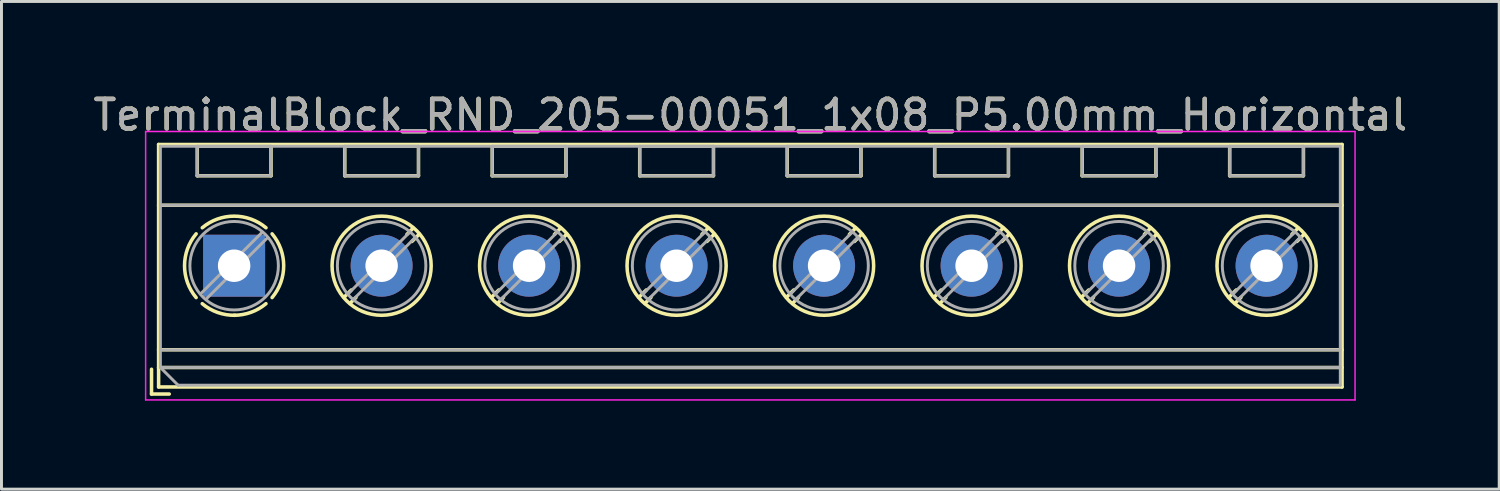
<source format=kicad_pcb>
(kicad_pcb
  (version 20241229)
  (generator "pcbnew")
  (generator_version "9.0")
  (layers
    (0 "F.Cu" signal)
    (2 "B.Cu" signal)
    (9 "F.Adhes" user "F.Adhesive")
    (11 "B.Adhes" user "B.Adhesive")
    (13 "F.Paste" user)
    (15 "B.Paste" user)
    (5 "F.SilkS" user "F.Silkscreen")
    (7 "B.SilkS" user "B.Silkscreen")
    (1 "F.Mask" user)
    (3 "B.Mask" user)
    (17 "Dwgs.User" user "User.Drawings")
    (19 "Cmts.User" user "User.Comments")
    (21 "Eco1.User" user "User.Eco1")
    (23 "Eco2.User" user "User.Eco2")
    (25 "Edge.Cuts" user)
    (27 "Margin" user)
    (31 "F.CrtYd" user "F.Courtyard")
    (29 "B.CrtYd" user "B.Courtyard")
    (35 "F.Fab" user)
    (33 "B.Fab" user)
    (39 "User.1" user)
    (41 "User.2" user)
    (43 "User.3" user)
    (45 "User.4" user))
  (footprint "TerminalBlock_RND_205-00051_1x08_P5.00mm_Horizontal"
    (layer "F.Cu")
    (at 4.887 5.958)
    (property "Reference" "TerminalBlock_RND_205-00051_1x08_P5.00mm_Horizontal" (at 17.5 -5.11 0) (layer "F.SilkS") (effects (font (size 1 1) (thickness 0.15))))
    (attr through_hole)
    (fp_line (start -2.8 3.51) (end -2.8 4.35) (stroke (width 0.12) (type solid)) (layer "F.SilkS"))
    (fp_line (start -2.8 4.35) (end -2.2 4.35) (stroke (width 0.12) (type solid)) (layer "F.SilkS"))
    (fp_line (start -2.56 -4.11) (end -2.56 4.11) (stroke (width 0.12) (type solid)) (layer "F.SilkS"))
    (fp_line (start -2.56 -4.11) (end 37.56 -4.11) (stroke (width 0.12) (type solid)) (layer "F.SilkS"))
    (fp_line (start -2.56 -2.05) (end 37.56 -2.05) (stroke (width 0.12) (type solid)) (layer "F.SilkS"))
    (fp_line (start -2.56 2.85) (end 37.56 2.85) (stroke (width 0.12) (type solid)) (layer "F.SilkS"))
    (fp_line (start -2.56 3.45) (end 37.56 3.45) (stroke (width 0.12) (type solid)) (layer "F.SilkS"))
    (fp_line (start -2.56 4.11) (end 37.56 4.11) (stroke (width 0.12) (type solid)) (layer "F.SilkS"))
    (fp_line (start -1.25 -4.05) (end -1.25 -3.05) (stroke (width 0.12) (type solid)) (layer "F.SilkS"))
    (fp_line (start -1.25 -4.05) (end 1.25 -4.05) (stroke (width 0.12) (type solid)) (layer "F.SilkS"))
    (fp_line (start -1.25 -3.05) (end 1.25 -3.05) (stroke (width 0.12) (type solid)) (layer "F.SilkS"))
    (fp_line (start 1.25 -4.05) (end 1.25 -3.05) (stroke (width 0.12) (type solid)) (layer "F.SilkS"))
    (fp_line (start 3.75 -4.05) (end 3.75 -3.05) (stroke (width 0.12) (type solid)) (layer "F.SilkS"))
    (fp_line (start 3.75 -4.05) (end 6.25 -4.05) (stroke (width 0.12) (type solid)) (layer "F.SilkS"))
    (fp_line (start 3.75 -3.05) (end 6.25 -3.05) (stroke (width 0.12) (type solid)) (layer "F.SilkS"))
    (fp_line (start 3.972 0.823) (end 3.726 1.069) (stroke (width 0.12) (type solid)) (layer "F.SilkS"))
    (fp_line (start 4.13 1.075) (end 3.931 1.274) (stroke (width 0.12) (type solid)) (layer "F.SilkS"))
    (fp_line (start 6.07 -1.275) (end 5.859 -1.064) (stroke (width 0.12) (type solid)) (layer "F.SilkS"))
    (fp_line (start 6.25 -4.05) (end 6.25 -3.05) (stroke (width 0.12) (type solid)) (layer "F.SilkS"))
    (fp_line (start 6.275 -1.069) (end 6.029 -0.823) (stroke (width 0.12) (type solid)) (layer "F.SilkS"))
    (fp_line (start 8.75 -4.05) (end 8.75 -3.05) (stroke (width 0.12) (type solid)) (layer "F.SilkS"))
    (fp_line (start 8.75 -4.05) (end 11.25 -4.05) (stroke (width 0.12) (type solid)) (layer "F.SilkS"))
    (fp_line (start 8.75 -3.05) (end 11.25 -3.05) (stroke (width 0.12) (type solid)) (layer "F.SilkS"))
    (fp_line (start 8.972 0.823) (end 8.726 1.069) (stroke (width 0.12) (type solid)) (layer "F.SilkS"))
    (fp_line (start 9.13 1.075) (end 8.931 1.274) (stroke (width 0.12) (type solid)) (layer "F.SilkS"))
    (fp_line (start 11.07 -1.275) (end 10.859 -1.064) (stroke (width 0.12) (type solid)) (layer "F.SilkS"))
    (fp_line (start 11.25 -4.05) (end 11.25 -3.05) (stroke (width 0.12) (type solid)) (layer "F.SilkS"))
    (fp_line (start 11.275 -1.069) (end 11.029 -0.823) (stroke (width 0.12) (type solid)) (layer "F.SilkS"))
    (fp_line (start 13.75 -4.05) (end 13.75 -3.05) (stroke (width 0.12) (type solid)) (layer "F.SilkS"))
    (fp_line (start 13.75 -4.05) (end 16.25 -4.05) (stroke (width 0.12) (type solid)) (layer "F.SilkS"))
    (fp_line (start 13.75 -3.05) (end 16.25 -3.05) (stroke (width 0.12) (type solid)) (layer "F.SilkS"))
    (fp_line (start 13.972 0.823) (end 13.726 1.069) (stroke (width 0.12) (type solid)) (layer "F.SilkS"))
    (fp_line (start 14.13 1.075) (end 13.931 1.274) (stroke (width 0.12) (type solid)) (layer "F.SilkS"))
    (fp_line (start 16.07 -1.275) (end 15.859 -1.064) (stroke (width 0.12) (type solid)) (layer "F.SilkS"))
    (fp_line (start 16.25 -4.05) (end 16.25 -3.05) (stroke (width 0.12) (type solid)) (layer "F.SilkS"))
    (fp_line (start 16.275 -1.069) (end 16.029 -0.823) (stroke (width 0.12) (type solid)) (layer "F.SilkS"))
    (fp_line (start 18.75 -4.05) (end 18.75 -3.05) (stroke (width 0.12) (type solid)) (layer "F.SilkS"))
    (fp_line (start 18.75 -4.05) (end 21.25 -4.05) (stroke (width 0.12) (type solid)) (layer "F.SilkS"))
    (fp_line (start 18.75 -3.05) (end 21.25 -3.05) (stroke (width 0.12) (type solid)) (layer "F.SilkS"))
    (fp_line (start 18.972 0.823) (end 18.726 1.069) (stroke (width 0.12) (type solid)) (layer "F.SilkS"))
    (fp_line (start 19.13 1.075) (end 18.931 1.274) (stroke (width 0.12) (type solid)) (layer "F.SilkS"))
    (fp_line (start 21.07 -1.275) (end 20.859 -1.064) (stroke (width 0.12) (type solid)) (layer "F.SilkS"))
    (fp_line (start 21.25 -4.05) (end 21.25 -3.05) (stroke (width 0.12) (type solid)) (layer "F.SilkS"))
    (fp_line (start 21.275 -1.069) (end 21.029 -0.823) (stroke (width 0.12) (type solid)) (layer "F.SilkS"))
    (fp_line (start 23.75 -4.05) (end 23.75 -3.05) (stroke (width 0.12) (type solid)) (layer "F.SilkS"))
    (fp_line (start 23.75 -4.05) (end 26.25 -4.05) (stroke (width 0.12) (type solid)) (layer "F.SilkS"))
    (fp_line (start 23.75 -3.05) (end 26.25 -3.05) (stroke (width 0.12) (type solid)) (layer "F.SilkS"))
    (fp_line (start 23.972 0.823) (end 23.726 1.069) (stroke (width 0.12) (type solid)) (layer "F.SilkS"))
    (fp_line (start 24.13 1.075) (end 23.931 1.274) (stroke (width 0.12) (type solid)) (layer "F.SilkS"))
    (fp_line (start 26.07 -1.275) (end 25.859 -1.064) (stroke (width 0.12) (type solid)) (layer "F.SilkS"))
    (fp_line (start 26.25 -4.05) (end 26.25 -3.05) (stroke (width 0.12) (type solid)) (layer "F.SilkS"))
    (fp_line (start 26.275 -1.069) (end 26.029 -0.823) (stroke (width 0.12) (type solid)) (layer "F.SilkS"))
    (fp_line (start 28.75 -4.05) (end 28.75 -3.05) (stroke (width 0.12) (type solid)) (layer "F.SilkS"))
    (fp_line (start 28.75 -4.05) (end 31.25 -4.05) (stroke (width 0.12) (type solid)) (layer "F.SilkS"))
    (fp_line (start 28.75 -3.05) (end 31.25 -3.05) (stroke (width 0.12) (type solid)) (layer "F.SilkS"))
    (fp_line (start 28.972 0.823) (end 28.726 1.069) (stroke (width 0.12) (type solid)) (layer "F.SilkS"))
    (fp_line (start 29.13 1.075) (end 28.931 1.274) (stroke (width 0.12) (type solid)) (layer "F.SilkS"))
    (fp_line (start 31.07 -1.275) (end 30.859 -1.064) (stroke (width 0.12) (type solid)) (layer "F.SilkS"))
    (fp_line (start 31.25 -4.05) (end 31.25 -3.05) (stroke (width 0.12) (type solid)) (layer "F.SilkS"))
    (fp_line (start 31.275 -1.069) (end 31.029 -0.823) (stroke (width 0.12) (type solid)) (layer "F.SilkS"))
    (fp_line (start 33.75 -4.05) (end 33.75 -3.05) (stroke (width 0.12) (type solid)) (layer "F.SilkS"))
    (fp_line (start 33.75 -4.05) (end 36.25 -4.05) (stroke (width 0.12) (type solid)) (layer "F.SilkS"))
    (fp_line (start 33.75 -3.05) (end 36.25 -3.05) (stroke (width 0.12) (type solid)) (layer "F.SilkS"))
    (fp_line (start 33.972 0.823) (end 33.726 1.069) (stroke (width 0.12) (type solid)) (layer "F.SilkS"))
    (fp_line (start 34.13 1.075) (end 33.931 1.274) (stroke (width 0.12) (type solid)) (layer "F.SilkS"))
    (fp_line (start 36.07 -1.275) (end 35.859 -1.064) (stroke (width 0.12) (type solid)) (layer "F.SilkS"))
    (fp_line (start 36.25 -4.05) (end 36.25 -3.05) (stroke (width 0.12) (type solid)) (layer "F.SilkS"))
    (fp_line (start 36.275 -1.069) (end 36.029 -0.823) (stroke (width 0.12) (type solid)) (layer "F.SilkS"))
    (fp_line (start 37.56 -4.11) (end 37.56 4.11) (stroke (width 0.12) (type solid)) (layer "F.SilkS"))
    (fp_arc (start -1.288062 1.079734) (mid -1.680752 -0.000826) (end -1.287 -1.081) (stroke (width 0.12) (type solid)) (layer "F.SilkS"))
    (fp_arc (start -1.079908 -1.287078) (mid 0.00006 -1.68011) (end 1.08 -1.287) (stroke (width 0.12) (type solid)) (layer "F.SilkS"))
    (fp_arc (start 0.028507 1.680511) (mid -0.561826 1.584071) (end -1.081 1.287) (stroke (width 0.12) (type solid)) (layer "F.SilkS"))
    (fp_arc (start 1.079883 1.286955) (mid 0.574594 1.578684) (end 0 1.68) (stroke (width 0.12) (type solid)) (layer "F.SilkS"))
    (fp_arc (start 1.287078 -1.079908) (mid 1.68011 0.00006) (end 1.287 1.08) (stroke (width 0.12) (type solid)) (layer "F.SilkS"))
    (fp_circle (center 5 0) (end 6.68 0) (stroke (width 0.12) (type solid)) (fill no) (layer "F.SilkS"))
    (fp_circle (center 10 0) (end 11.68 0) (stroke (width 0.12) (type solid)) (fill no) (layer "F.SilkS"))
    (fp_circle (center 15 0) (end 16.68 0) (stroke (width 0.12) (type solid)) (fill no) (layer "F.SilkS"))
    (fp_circle (center 20 0) (end 21.68 0) (stroke (width 0.12) (type solid)) (fill no) (layer "F.SilkS"))
    (fp_circle (center 25 0) (end 26.68 0) (stroke (width 0.12) (type solid)) (fill no) (layer "F.SilkS"))
    (fp_circle (center 30 0) (end 31.68 0) (stroke (width 0.12) (type solid)) (fill no) (layer "F.SilkS"))
    (fp_circle (center 35 0) (end 36.68 0) (stroke (width 0.12) (type solid)) (fill no) (layer "F.SilkS"))
    (fp_line (start -3 -4.55) (end -3 4.55) (stroke (width 0.05) (type solid)) (layer "F.CrtYd"))
    (fp_line (start -3 4.55) (end 38 4.55) (stroke (width 0.05) (type solid)) (layer "F.CrtYd"))
    (fp_line (start 38 -4.55) (end -3 -4.55) (stroke (width 0.05) (type solid)) (layer "F.CrtYd"))
    (fp_line (start 38 4.55) (end 38 -4.55) (stroke (width 0.05) (type solid)) (layer "F.CrtYd"))
    (fp_line (start -2.5 -4.05) (end 37.5 -4.05) (stroke (width 0.1) (type solid)) (layer "F.Fab"))
    (fp_line (start -2.5 -2.05) (end 37.5 -2.05) (stroke (width 0.1) (type solid)) (layer "F.Fab"))
    (fp_line (start -2.5 2.85) (end 37.5 2.85) (stroke (width 0.1) (type solid)) (layer "F.Fab"))
    (fp_line (start -2.5 3.45) (end -2.5 -4.05) (stroke (width 0.1) (type solid)) (layer "F.Fab"))
    (fp_line (start -2.5 3.45) (end 37.5 3.45) (stroke (width 0.1) (type solid)) (layer "F.Fab"))
    (fp_line (start -1.9 4.05) (end -2.5 3.45) (stroke (width 0.1) (type solid)) (layer "F.Fab"))
    (fp_line (start -1.25 -4.05) (end -1.25 -3.05) (stroke (width 0.1) (type solid)) (layer "F.Fab"))
    (fp_line (start -1.25 -3.05) (end 1.25 -3.05) (stroke (width 0.1) (type solid)) (layer "F.Fab"))
    (fp_line (start 0.955 -1.138) (end -1.138 0.955) (stroke (width 0.1) (type solid)) (layer "F.Fab"))
    (fp_line (start 1.138 -0.955) (end -0.955 1.138) (stroke (width 0.1) (type solid)) (layer "F.Fab"))
    (fp_line (start 1.25 -4.05) (end -1.25 -4.05) (stroke (width 0.1) (type solid)) (layer "F.Fab"))
    (fp_line (start 1.25 -3.05) (end 1.25 -4.05) (stroke (width 0.1) (type solid)) (layer "F.Fab"))
    (fp_line (start 3.75 -4.05) (end 3.75 -3.05) (stroke (width 0.1) (type solid)) (layer "F.Fab"))
    (fp_line (start 3.75 -3.05) (end 6.25 -3.05) (stroke (width 0.1) (type solid)) (layer "F.Fab"))
    (fp_line (start 5.955 -1.138) (end 3.863 0.955) (stroke (width 0.1) (type solid)) (layer "F.Fab"))
    (fp_line (start 6.138 -0.955) (end 4.046 1.138) (stroke (width 0.1) (type solid)) (layer "F.Fab"))
    (fp_line (start 6.25 -4.05) (end 3.75 -4.05) (stroke (width 0.1) (type solid)) (layer "F.Fab"))
    (fp_line (start 6.25 -3.05) (end 6.25 -4.05) (stroke (width 0.1) (type solid)) (layer "F.Fab"))
    (fp_line (start 8.75 -4.05) (end 8.75 -3.05) (stroke (width 0.1) (type solid)) (layer "F.Fab"))
    (fp_line (start 8.75 -3.05) (end 11.25 -3.05) (stroke (width 0.1) (type solid)) (layer "F.Fab"))
    (fp_line (start 10.955 -1.138) (end 8.863 0.955) (stroke (width 0.1) (type solid)) (layer "F.Fab"))
    (fp_line (start 11.138 -0.955) (end 9.046 1.138) (stroke (width 0.1) (type solid)) (layer "F.Fab"))
    (fp_line (start 11.25 -4.05) (end 8.75 -4.05) (stroke (width 0.1) (type solid)) (layer "F.Fab"))
    (fp_line (start 11.25 -3.05) (end 11.25 -4.05) (stroke (width 0.1) (type solid)) (layer "F.Fab"))
    (fp_line (start 13.75 -4.05) (end 13.75 -3.05) (stroke (width 0.1) (type solid)) (layer "F.Fab"))
    (fp_line (start 13.75 -3.05) (end 16.25 -3.05) (stroke (width 0.1) (type solid)) (layer "F.Fab"))
    (fp_line (start 15.955 -1.138) (end 13.863 0.955) (stroke (width 0.1) (type solid)) (layer "F.Fab"))
    (fp_line (start 16.138 -0.955) (end 14.046 1.138) (stroke (width 0.1) (type solid)) (layer "F.Fab"))
    (fp_line (start 16.25 -4.05) (end 13.75 -4.05) (stroke (width 0.1) (type solid)) (layer "F.Fab"))
    (fp_line (start 16.25 -3.05) (end 16.25 -4.05) (stroke (width 0.1) (type solid)) (layer "F.Fab"))
    (fp_line (start 18.75 -4.05) (end 18.75 -3.05) (stroke (width 0.1) (type solid)) (layer "F.Fab"))
    (fp_line (start 18.75 -3.05) (end 21.25 -3.05) (stroke (width 0.1) (type solid)) (layer "F.Fab"))
    (fp_line (start 20.955 -1.138) (end 18.863 0.955) (stroke (width 0.1) (type solid)) (layer "F.Fab"))
    (fp_line (start 21.138 -0.955) (end 19.046 1.138) (stroke (width 0.1) (type solid)) (layer "F.Fab"))
    (fp_line (start 21.25 -4.05) (end 18.75 -4.05) (stroke (width 0.1) (type solid)) (layer "F.Fab"))
    (fp_line (start 21.25 -3.05) (end 21.25 -4.05) (stroke (width 0.1) (type solid)) (layer "F.Fab"))
    (fp_line (start 23.75 -4.05) (end 23.75 -3.05) (stroke (width 0.1) (type solid)) (layer "F.Fab"))
    (fp_line (start 23.75 -3.05) (end 26.25 -3.05) (stroke (width 0.1) (type solid)) (layer "F.Fab"))
    (fp_line (start 25.955 -1.138) (end 23.863 0.955) (stroke (width 0.1) (type solid)) (layer "F.Fab"))
    (fp_line (start 26.138 -0.955) (end 24.046 1.138) (stroke (width 0.1) (type solid)) (layer "F.Fab"))
    (fp_line (start 26.25 -4.05) (end 23.75 -4.05) (stroke (width 0.1) (type solid)) (layer "F.Fab"))
    (fp_line (start 26.25 -3.05) (end 26.25 -4.05) (stroke (width 0.1) (type solid)) (layer "F.Fab"))
    (fp_line (start 28.75 -4.05) (end 28.75 -3.05) (stroke (width 0.1) (type solid)) (layer "F.Fab"))
    (fp_line (start 28.75 -3.05) (end 31.25 -3.05) (stroke (width 0.1) (type solid)) (layer "F.Fab"))
    (fp_line (start 30.955 -1.138) (end 28.863 0.955) (stroke (width 0.1) (type solid)) (layer "F.Fab"))
    (fp_line (start 31.138 -0.955) (end 29.046 1.138) (stroke (width 0.1) (type solid)) (layer "F.Fab"))
    (fp_line (start 31.25 -4.05) (end 28.75 -4.05) (stroke (width 0.1) (type solid)) (layer "F.Fab"))
    (fp_line (start 31.25 -3.05) (end 31.25 -4.05) (stroke (width 0.1) (type solid)) (layer "F.Fab"))
    (fp_line (start 33.75 -4.05) (end 33.75 -3.05) (stroke (width 0.1) (type solid)) (layer "F.Fab"))
    (fp_line (start 33.75 -3.05) (end 36.25 -3.05) (stroke (width 0.1) (type solid)) (layer "F.Fab"))
    (fp_line (start 35.955 -1.138) (end 33.863 0.955) (stroke (width 0.1) (type solid)) (layer "F.Fab"))
    (fp_line (start 36.138 -0.955) (end 34.046 1.138) (stroke (width 0.1) (type solid)) (layer "F.Fab"))
    (fp_line (start 36.25 -4.05) (end 33.75 -4.05) (stroke (width 0.1) (type solid)) (layer "F.Fab"))
    (fp_line (start 36.25 -3.05) (end 36.25 -4.05) (stroke (width 0.1) (type solid)) (layer "F.Fab"))
    (fp_line (start 37.5 -4.05) (end 37.5 4.05) (stroke (width 0.1) (type solid)) (layer "F.Fab"))
    (fp_line (start 37.5 4.05) (end -1.9 4.05) (stroke (width 0.1) (type solid)) (layer "F.Fab"))
    (fp_circle (center 0 0) (end 1.5 0) (stroke (width 0.1) (type solid)) (fill no) (layer "F.Fab"))
    (fp_circle (center 5 0) (end 6.5 0) (stroke (width 0.1) (type solid)) (fill no) (layer "F.Fab"))
    (fp_circle (center 10 0) (end 11.5 0) (stroke (width 0.1) (type solid)) (fill no) (layer "F.Fab"))
    (fp_circle (center 15 0) (end 16.5 0) (stroke (width 0.1) (type solid)) (fill no) (layer "F.Fab"))
    (fp_circle (center 20 0) (end 21.5 0) (stroke (width 0.1) (type solid)) (fill no) (layer "F.Fab"))
    (fp_circle (center 25 0) (end 26.5 0) (stroke (width 0.1) (type solid)) (fill no) (layer "F.Fab"))
    (fp_circle (center 30 0) (end 31.5 0) (stroke (width 0.1) (type solid)) (fill no) (layer "F.Fab"))
    (fp_circle (center 35 0) (end 36.5 0) (stroke (width 0.1) (type solid)) (fill no) (layer "F.Fab"))
    (fp_text user "${REFERENCE}" (at 17.5 -5.11 0) (layer "F.Fab") (effects (font (size 1 1) (thickness 0.15))))
    (pad "1" thru_hole rect (at 0 0) (size 2.1 2.1) (drill 1.1) (layers "*.Cu" "*.Mask"))
    (pad "2" thru_hole circle (at 5 0) (size 2.1 2.1) (drill 1.1) (layers "*.Cu" "*.Mask"))
    (pad "3" thru_hole circle (at 10 0) (size 2.1 2.1) (drill 1.1) (layers "*.Cu" "*.Mask"))
    (pad "4" thru_hole circle (at 15 0) (size 2.1 2.1) (drill 1.1) (layers "*.Cu" "*.Mask"))
    (pad "5" thru_hole circle (at 20 0) (size 2.1 2.1) (drill 1.1) (layers "*.Cu" "*.Mask"))
    (pad "6" thru_hole circle (at 25 0) (size 2.1 2.1) (drill 1.1) (layers "*.Cu" "*.Mask"))
    (pad "7" thru_hole circle (at 30 0) (size 2.1 2.1) (drill 1.1) (layers "*.Cu" "*.Mask"))
    (pad "8" thru_hole circle (at 35 0) (size 2.1 2.1) (drill 1.1) (layers "*.Cu" "*.Mask")))
  (gr_rect
    (start -3 -3)
    (end 47.774 13.533)
    (stroke (width 0.1) (type default))
    (fill no)
    (layer "Edge.Cuts")))
</source>
